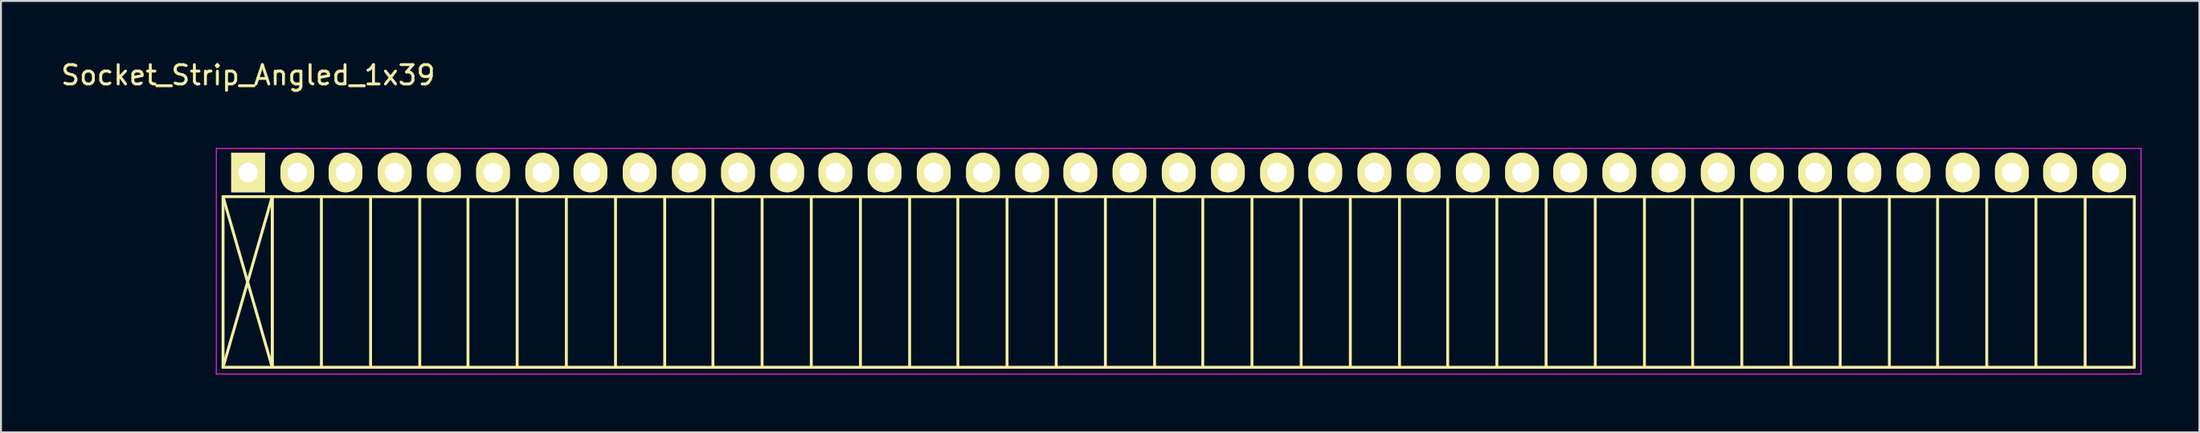
<source format=kicad_pcb>
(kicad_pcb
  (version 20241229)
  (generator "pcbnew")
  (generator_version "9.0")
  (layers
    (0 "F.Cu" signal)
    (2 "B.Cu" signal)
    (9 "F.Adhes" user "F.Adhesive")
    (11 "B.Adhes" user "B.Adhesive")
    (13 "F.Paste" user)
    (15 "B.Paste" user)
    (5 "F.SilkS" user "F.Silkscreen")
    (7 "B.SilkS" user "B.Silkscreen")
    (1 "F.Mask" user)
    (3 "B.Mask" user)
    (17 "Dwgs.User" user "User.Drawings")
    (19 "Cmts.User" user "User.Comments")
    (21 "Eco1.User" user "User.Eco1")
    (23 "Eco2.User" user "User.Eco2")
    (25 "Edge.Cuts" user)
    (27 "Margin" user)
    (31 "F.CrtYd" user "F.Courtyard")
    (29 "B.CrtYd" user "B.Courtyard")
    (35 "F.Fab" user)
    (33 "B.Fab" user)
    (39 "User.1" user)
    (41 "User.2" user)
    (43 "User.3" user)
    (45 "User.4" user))
  (footprint "Socket_Strip_Angled_1x39"
    (layer "F.Cu")
    (at 9.815 5.898)
    (property "Reference" "Socket_Strip_Angled_1x39" (at 0 -5.05 0) (layer "F.SilkS") (effects (font (size 1 1) (thickness 0.15))))
    (attr through_hole)
    (fp_line (start -1.3 1.25) (end -1.3 10.1) (stroke (width 0.15) (type solid)) (layer "F.SilkS"))
    (fp_line (start -1.3 1.25) (end 1.25 1.25) (stroke (width 0.15) (type solid)) (layer "F.SilkS"))
    (fp_line (start -1.3 1.25) (end 1.25 10.1) (stroke (width 0.15) (type solid)) (layer "F.SilkS"))
    (fp_line (start -1.3 10.1) (end 1.25 1.25) (stroke (width 0.15) (type solid)) (layer "F.SilkS"))
    (fp_line (start -1.3 10.1) (end 1.25 10.1) (stroke (width 0.15) (type solid)) (layer "F.SilkS"))
    (fp_line (start 1.25 1.25) (end 1.25 10.1) (stroke (width 0.15) (type solid)) (layer "F.SilkS"))
    (fp_line (start 1.25 1.25) (end 3.8 1.25) (stroke (width 0.15) (type solid)) (layer "F.SilkS"))
    (fp_line (start 1.25 10.1) (end 1.25 1.25) (stroke (width 0.15) (type solid)) (layer "F.SilkS"))
    (fp_line (start 1.25 10.1) (end 3.8 10.1) (stroke (width 0.15) (type solid)) (layer "F.SilkS"))
    (fp_line (start 3.8 1.25) (end 6.35 1.25) (stroke (width 0.15) (type solid)) (layer "F.SilkS"))
    (fp_line (start 3.8 10.1) (end 3.8 1.25) (stroke (width 0.15) (type solid)) (layer "F.SilkS"))
    (fp_line (start 3.8 10.1) (end 6.35 10.1) (stroke (width 0.15) (type solid)) (layer "F.SilkS"))
    (fp_line (start 6.35 1.25) (end 8.9 1.25) (stroke (width 0.15) (type solid)) (layer "F.SilkS"))
    (fp_line (start 6.35 10.1) (end 6.35 1.25) (stroke (width 0.15) (type solid)) (layer "F.SilkS"))
    (fp_line (start 6.35 10.1) (end 8.9 10.1) (stroke (width 0.15) (type solid)) (layer "F.SilkS"))
    (fp_line (start 8.9 1.25) (end 11.4 1.25) (stroke (width 0.15) (type solid)) (layer "F.SilkS"))
    (fp_line (start 8.9 10.1) (end 8.9 1.25) (stroke (width 0.15) (type solid)) (layer "F.SilkS"))
    (fp_line (start 8.9 10.1) (end 11.4 10.1) (stroke (width 0.15) (type solid)) (layer "F.SilkS"))
    (fp_line (start 11.4 1.25) (end 13.95 1.25) (stroke (width 0.15) (type solid)) (layer "F.SilkS"))
    (fp_line (start 11.4 10.1) (end 11.4 1.25) (stroke (width 0.15) (type solid)) (layer "F.SilkS"))
    (fp_line (start 11.4 10.1) (end 13.95 10.1) (stroke (width 0.15) (type solid)) (layer "F.SilkS"))
    (fp_line (start 13.95 1.25) (end 16.5 1.25) (stroke (width 0.15) (type solid)) (layer "F.SilkS"))
    (fp_line (start 13.95 10.1) (end 13.95 1.25) (stroke (width 0.15) (type solid)) (layer "F.SilkS"))
    (fp_line (start 13.95 10.1) (end 16.5 10.1) (stroke (width 0.15) (type solid)) (layer "F.SilkS"))
    (fp_line (start 16.5 1.25) (end 19.05 1.25) (stroke (width 0.15) (type solid)) (layer "F.SilkS"))
    (fp_line (start 16.5 10.1) (end 16.5 1.25) (stroke (width 0.15) (type solid)) (layer "F.SilkS"))
    (fp_line (start 16.5 10.1) (end 19.05 10.1) (stroke (width 0.15) (type solid)) (layer "F.SilkS"))
    (fp_line (start 19.05 1.25) (end 21.6 1.25) (stroke (width 0.15) (type solid)) (layer "F.SilkS"))
    (fp_line (start 19.05 10.1) (end 19.05 1.25) (stroke (width 0.15) (type solid)) (layer "F.SilkS"))
    (fp_line (start 19.05 10.1) (end 21.6 10.1) (stroke (width 0.15) (type solid)) (layer "F.SilkS"))
    (fp_line (start 21.6 1.25) (end 24.1 1.25) (stroke (width 0.15) (type solid)) (layer "F.SilkS"))
    (fp_line (start 21.6 10.1) (end 21.6 1.25) (stroke (width 0.15) (type solid)) (layer "F.SilkS"))
    (fp_line (start 21.6 10.1) (end 24.1 10.1) (stroke (width 0.15) (type solid)) (layer "F.SilkS"))
    (fp_line (start 24.1 1.25) (end 26.65 1.25) (stroke (width 0.15) (type solid)) (layer "F.SilkS"))
    (fp_line (start 24.1 10.1) (end 24.1 1.25) (stroke (width 0.15) (type solid)) (layer "F.SilkS"))
    (fp_line (start 24.1 10.1) (end 26.65 10.1) (stroke (width 0.15) (type solid)) (layer "F.SilkS"))
    (fp_line (start 26.65 1.25) (end 29.2 1.25) (stroke (width 0.15) (type solid)) (layer "F.SilkS"))
    (fp_line (start 26.65 10.1) (end 26.65 1.25) (stroke (width 0.15) (type solid)) (layer "F.SilkS"))
    (fp_line (start 26.65 10.1) (end 29.2 10.1) (stroke (width 0.15) (type solid)) (layer "F.SilkS"))
    (fp_line (start 29.2 1.25) (end 31.75 1.25) (stroke (width 0.15) (type solid)) (layer "F.SilkS"))
    (fp_line (start 29.2 10.1) (end 29.2 1.25) (stroke (width 0.15) (type solid)) (layer "F.SilkS"))
    (fp_line (start 29.2 10.1) (end 31.75 10.1) (stroke (width 0.15) (type solid)) (layer "F.SilkS"))
    (fp_line (start 31.75 1.25) (end 34.3 1.25) (stroke (width 0.15) (type solid)) (layer "F.SilkS"))
    (fp_line (start 31.75 10.1) (end 31.75 1.25) (stroke (width 0.15) (type solid)) (layer "F.SilkS"))
    (fp_line (start 31.75 10.1) (end 34.3 10.1) (stroke (width 0.15) (type solid)) (layer "F.SilkS"))
    (fp_line (start 34.3 1.25) (end 36.8 1.25) (stroke (width 0.15) (type solid)) (layer "F.SilkS"))
    (fp_line (start 34.3 10.1) (end 34.3 1.25) (stroke (width 0.15) (type solid)) (layer "F.SilkS"))
    (fp_line (start 34.3 10.1) (end 36.8 10.1) (stroke (width 0.15) (type solid)) (layer "F.SilkS"))
    (fp_line (start 36.8 1.25) (end 39.35 1.25) (stroke (width 0.15) (type solid)) (layer "F.SilkS"))
    (fp_line (start 36.8 10.1) (end 36.8 1.25) (stroke (width 0.15) (type solid)) (layer "F.SilkS"))
    (fp_line (start 36.8 10.1) (end 39.35 10.1) (stroke (width 0.15) (type solid)) (layer "F.SilkS"))
    (fp_line (start 39.35 1.25) (end 41.9 1.25) (stroke (width 0.15) (type solid)) (layer "F.SilkS"))
    (fp_line (start 39.35 10.1) (end 39.35 1.25) (stroke (width 0.15) (type solid)) (layer "F.SilkS"))
    (fp_line (start 39.35 10.1) (end 41.9 10.1) (stroke (width 0.15) (type solid)) (layer "F.SilkS"))
    (fp_line (start 41.9 1.25) (end 44.45 1.25) (stroke (width 0.15) (type solid)) (layer "F.SilkS"))
    (fp_line (start 41.9 10.1) (end 41.9 1.25) (stroke (width 0.15) (type solid)) (layer "F.SilkS"))
    (fp_line (start 41.9 10.1) (end 44.45 10.1) (stroke (width 0.15) (type solid)) (layer "F.SilkS"))
    (fp_line (start 44.45 1.25) (end 47 1.25) (stroke (width 0.15) (type solid)) (layer "F.SilkS"))
    (fp_line (start 44.45 10.1) (end 44.45 1.25) (stroke (width 0.15) (type solid)) (layer "F.SilkS"))
    (fp_line (start 44.45 10.1) (end 47 10.1) (stroke (width 0.15) (type solid)) (layer "F.SilkS"))
    (fp_line (start 47 1.25) (end 49.5 1.25) (stroke (width 0.15) (type solid)) (layer "F.SilkS"))
    (fp_line (start 47 10.1) (end 47 1.25) (stroke (width 0.15) (type solid)) (layer "F.SilkS"))
    (fp_line (start 47 10.1) (end 49.5 10.1) (stroke (width 0.15) (type solid)) (layer "F.SilkS"))
    (fp_line (start 49.5 1.25) (end 52.05 1.25) (stroke (width 0.15) (type solid)) (layer "F.SilkS"))
    (fp_line (start 49.5 10.1) (end 49.5 1.25) (stroke (width 0.15) (type solid)) (layer "F.SilkS"))
    (fp_line (start 49.5 10.1) (end 52.05 10.1) (stroke (width 0.15) (type solid)) (layer "F.SilkS"))
    (fp_line (start 52.05 1.25) (end 54.6 1.25) (stroke (width 0.15) (type solid)) (layer "F.SilkS"))
    (fp_line (start 52.05 10.1) (end 52.05 1.25) (stroke (width 0.15) (type solid)) (layer "F.SilkS"))
    (fp_line (start 52.05 10.1) (end 54.6 10.1) (stroke (width 0.15) (type solid)) (layer "F.SilkS"))
    (fp_line (start 54.6 1.25) (end 57.15 1.25) (stroke (width 0.15) (type solid)) (layer "F.SilkS"))
    (fp_line (start 54.6 10.1) (end 54.6 1.25) (stroke (width 0.15) (type solid)) (layer "F.SilkS"))
    (fp_line (start 54.6 10.1) (end 57.15 10.1) (stroke (width 0.15) (type solid)) (layer "F.SilkS"))
    (fp_line (start 57.15 1.25) (end 59.7 1.25) (stroke (width 0.15) (type solid)) (layer "F.SilkS"))
    (fp_line (start 57.15 10.1) (end 57.15 1.25) (stroke (width 0.15) (type solid)) (layer "F.SilkS"))
    (fp_line (start 57.15 10.1) (end 59.7 10.1) (stroke (width 0.15) (type solid)) (layer "F.SilkS"))
    (fp_line (start 59.7 1.25) (end 62.2 1.25) (stroke (width 0.15) (type solid)) (layer "F.SilkS"))
    (fp_line (start 59.7 10.1) (end 59.7 1.25) (stroke (width 0.15) (type solid)) (layer "F.SilkS"))
    (fp_line (start 59.7 10.1) (end 62.2 10.1) (stroke (width 0.15) (type solid)) (layer "F.SilkS"))
    (fp_line (start 62.2 1.25) (end 64.75 1.25) (stroke (width 0.15) (type solid)) (layer "F.SilkS"))
    (fp_line (start 62.2 10.1) (end 62.2 1.25) (stroke (width 0.15) (type solid)) (layer "F.SilkS"))
    (fp_line (start 62.2 10.1) (end 64.75 10.1) (stroke (width 0.15) (type solid)) (layer "F.SilkS"))
    (fp_line (start 64.75 1.25) (end 67.3 1.25) (stroke (width 0.15) (type solid)) (layer "F.SilkS"))
    (fp_line (start 64.75 10.1) (end 64.75 1.25) (stroke (width 0.15) (type solid)) (layer "F.SilkS"))
    (fp_line (start 64.75 10.1) (end 67.3 10.1) (stroke (width 0.15) (type solid)) (layer "F.SilkS"))
    (fp_line (start 67.3 1.25) (end 69.85 1.25) (stroke (width 0.15) (type solid)) (layer "F.SilkS"))
    (fp_line (start 67.3 10.1) (end 67.3 1.25) (stroke (width 0.15) (type solid)) (layer "F.SilkS"))
    (fp_line (start 67.3 10.1) (end 69.85 10.1) (stroke (width 0.15) (type solid)) (layer "F.SilkS"))
    (fp_line (start 69.85 1.25) (end 72.4 1.25) (stroke (width 0.15) (type solid)) (layer "F.SilkS"))
    (fp_line (start 69.85 10.1) (end 69.85 1.25) (stroke (width 0.15) (type solid)) (layer "F.SilkS"))
    (fp_line (start 69.85 10.1) (end 72.4 10.1) (stroke (width 0.15) (type solid)) (layer "F.SilkS"))
    (fp_line (start 72.4 1.25) (end 74.9 1.25) (stroke (width 0.15) (type solid)) (layer "F.SilkS"))
    (fp_line (start 72.4 10.1) (end 72.4 1.25) (stroke (width 0.15) (type solid)) (layer "F.SilkS"))
    (fp_line (start 72.4 10.1) (end 74.9 10.1) (stroke (width 0.15) (type solid)) (layer "F.SilkS"))
    (fp_line (start 74.9 1.25) (end 77.45 1.25) (stroke (width 0.15) (type solid)) (layer "F.SilkS"))
    (fp_line (start 74.9 10.1) (end 74.9 1.25) (stroke (width 0.15) (type solid)) (layer "F.SilkS"))
    (fp_line (start 74.9 10.1) (end 77.45 10.1) (stroke (width 0.15) (type solid)) (layer "F.SilkS"))
    (fp_line (start 77.45 1.25) (end 80 1.25) (stroke (width 0.15) (type solid)) (layer "F.SilkS"))
    (fp_line (start 77.45 10.1) (end 77.45 1.25) (stroke (width 0.15) (type solid)) (layer "F.SilkS"))
    (fp_line (start 77.45 10.1) (end 80 10.1) (stroke (width 0.15) (type solid)) (layer "F.SilkS"))
    (fp_line (start 80 1.25) (end 82.55 1.25) (stroke (width 0.15) (type solid)) (layer "F.SilkS"))
    (fp_line (start 80 10.1) (end 80 1.25) (stroke (width 0.15) (type solid)) (layer "F.SilkS"))
    (fp_line (start 80 10.1) (end 82.55 10.1) (stroke (width 0.15) (type solid)) (layer "F.SilkS"))
    (fp_line (start 82.55 1.25) (end 85.1 1.25) (stroke (width 0.15) (type solid)) (layer "F.SilkS"))
    (fp_line (start 82.55 10.1) (end 82.55 1.25) (stroke (width 0.15) (type solid)) (layer "F.SilkS"))
    (fp_line (start 82.55 10.1) (end 85.1 10.1) (stroke (width 0.15) (type solid)) (layer "F.SilkS"))
    (fp_line (start 85.1 1.25) (end 87.6 1.25) (stroke (width 0.15) (type solid)) (layer "F.SilkS"))
    (fp_line (start 85.1 10.1) (end 85.1 1.25) (stroke (width 0.15) (type solid)) (layer "F.SilkS"))
    (fp_line (start 85.1 10.1) (end 87.6 10.1) (stroke (width 0.15) (type solid)) (layer "F.SilkS"))
    (fp_line (start 87.6 1.25) (end 90.15 1.25) (stroke (width 0.15) (type solid)) (layer "F.SilkS"))
    (fp_line (start 87.6 10.1) (end 87.6 1.25) (stroke (width 0.15) (type solid)) (layer "F.SilkS"))
    (fp_line (start 87.6 10.1) (end 90.15 10.1) (stroke (width 0.15) (type solid)) (layer "F.SilkS"))
    (fp_line (start 90.15 1.25) (end 92.7 1.25) (stroke (width 0.15) (type solid)) (layer "F.SilkS"))
    (fp_line (start 90.15 10.1) (end 90.15 1.25) (stroke (width 0.15) (type solid)) (layer "F.SilkS"))
    (fp_line (start 90.15 10.1) (end 92.7 10.1) (stroke (width 0.15) (type solid)) (layer "F.SilkS"))
    (fp_line (start 92.7 1.25) (end 95.25 1.25) (stroke (width 0.15) (type solid)) (layer "F.SilkS"))
    (fp_line (start 92.7 10.1) (end 92.7 1.25) (stroke (width 0.15) (type solid)) (layer "F.SilkS"))
    (fp_line (start 92.7 10.1) (end 95.25 10.1) (stroke (width 0.15) (type solid)) (layer "F.SilkS"))
    (fp_line (start 95.25 1.25) (end 97.8 1.25) (stroke (width 0.15) (type solid)) (layer "F.SilkS"))
    (fp_line (start 95.25 10.1) (end 95.25 1.25) (stroke (width 0.15) (type solid)) (layer "F.SilkS"))
    (fp_line (start 95.25 10.1) (end 97.8 10.1) (stroke (width 0.15) (type solid)) (layer "F.SilkS"))
    (fp_line (start 97.8 10.1) (end 97.8 1.25) (stroke (width 0.15) (type solid)) (layer "F.SilkS"))
    (fp_line (start -1.65 -1.25) (end -1.65 10.45) (stroke (width 0.05) (type solid)) (layer "F.CrtYd"))
    (fp_line (start -1.65 -1.25) (end 98.15 -1.25) (stroke (width 0.05) (type solid)) (layer "F.CrtYd"))
    (fp_line (start -1.65 10.45) (end 98.15 10.45) (stroke (width 0.05) (type solid)) (layer "F.CrtYd"))
    (fp_line (start 98.15 -1.25) (end 98.15 10.45) (stroke (width 0.05) (type solid)) (layer "F.CrtYd"))
    (pad "1" thru_hole rect (at 0 0) (size 1.75 2.05) (drill 1.016) (layers "*.Cu" "*.Mask" "F.SilkS"))
    (pad "2" thru_hole oval (at 2.55 0) (size 1.75 2.05) (drill 1.016) (layers "*.Cu" "*.Mask" "F.SilkS"))
    (pad "3" thru_hole oval (at 5.05 0) (size 1.75 2.05) (drill 1.016) (layers "*.Cu" "*.Mask" "F.SilkS"))
    (pad "4" thru_hole oval (at 7.6 0) (size 1.75 2.05) (drill 1.016) (layers "*.Cu" "*.Mask" "F.SilkS"))
    (pad "5" thru_hole oval (at 10.15 0) (size 1.75 2.05) (drill 1.016) (layers "*.Cu" "*.Mask" "F.SilkS"))
    (pad "6" thru_hole oval (at 12.7 0) (size 1.75 2.05) (drill 1.016) (layers "*.Cu" "*.Mask" "F.SilkS"))
    (pad "7" thru_hole oval (at 15.25 0) (size 1.75 2.05) (drill 1.016) (layers "*.Cu" "*.Mask" "F.SilkS"))
    (pad "8" thru_hole oval (at 17.75 0) (size 1.75 2.05) (drill 1.016) (layers "*.Cu" "*.Mask" "F.SilkS"))
    (pad "9" thru_hole oval (at 20.3 0) (size 1.75 2.05) (drill 1.016) (layers "*.Cu" "*.Mask" "F.SilkS"))
    (pad "10" thru_hole oval (at 22.85 0) (size 1.75 2.05) (drill 1.016) (layers "*.Cu" "*.Mask" "F.SilkS"))
    (pad "11" thru_hole oval (at 25.4 0) (size 1.75 2.05) (drill 1.016) (layers "*.Cu" "*.Mask" "F.SilkS"))
    (pad "12" thru_hole oval (at 27.95 0) (size 1.75 2.05) (drill 1.016) (layers "*.Cu" "*.Mask" "F.SilkS"))
    (pad "13" thru_hole oval (at 30.45 0) (size 1.75 2.05) (drill 1.016) (layers "*.Cu" "*.Mask" "F.SilkS"))
    (pad "14" thru_hole oval (at 33 0) (size 1.75 2.05) (drill 1.016) (layers "*.Cu" "*.Mask" "F.SilkS"))
    (pad "15" thru_hole oval (at 35.55 0) (size 1.75 2.05) (drill 1.016) (layers "*.Cu" "*.Mask" "F.SilkS"))
    (pad "16" thru_hole oval (at 38.1 0) (size 1.75 2.05) (drill 1.016) (layers "*.Cu" "*.Mask" "F.SilkS"))
    (pad "17" thru_hole oval (at 40.65 0) (size 1.75 2.05) (drill 1.016) (layers "*.Cu" "*.Mask" "F.SilkS"))
    (pad "18" thru_hole oval (at 43.15 0) (size 1.75 2.05) (drill 1.016) (layers "*.Cu" "*.Mask" "F.SilkS"))
    (pad "19" thru_hole oval (at 45.7 0) (size 1.75 2.05) (drill 1.016) (layers "*.Cu" "*.Mask" "F.SilkS"))
    (pad "20" thru_hole oval (at 48.25 0) (size 1.75 2.05) (drill 1.016) (layers "*.Cu" "*.Mask" "F.SilkS"))
    (pad "21" thru_hole oval (at 50.8 0) (size 1.75 2.05) (drill 1.016) (layers "*.Cu" "*.Mask" "F.SilkS"))
    (pad "22" thru_hole oval (at 53.35 0) (size 1.75 2.05) (drill 1.016) (layers "*.Cu" "*.Mask" "F.SilkS"))
    (pad "23" thru_hole oval (at 55.85 0) (size 1.75 2.05) (drill 1.016) (layers "*.Cu" "*.Mask" "F.SilkS"))
    (pad "24" thru_hole oval (at 58.4 0) (size 1.75 2.05) (drill 1.016) (layers "*.Cu" "*.Mask" "F.SilkS"))
    (pad "25" thru_hole oval (at 60.95 0) (size 1.75 2.05) (drill 1.016) (layers "*.Cu" "*.Mask" "F.SilkS"))
    (pad "26" thru_hole oval (at 63.5 0) (size 1.75 2.05) (drill 1.016) (layers "*.Cu" "*.Mask" "F.SilkS"))
    (pad "27" thru_hole oval (at 66.05 0) (size 1.75 2.05) (drill 1.016) (layers "*.Cu" "*.Mask" "F.SilkS"))
    (pad "28" thru_hole oval (at 68.55 0) (size 1.75 2.05) (drill 1.016) (layers "*.Cu" "*.Mask" "F.SilkS"))
    (pad "29" thru_hole oval (at 71.1 0) (size 1.75 2.05) (drill 1.016) (layers "*.Cu" "*.Mask" "F.SilkS"))
    (pad "30" thru_hole oval (at 73.65 0) (size 1.75 2.05) (drill 1.016) (layers "*.Cu" "*.Mask" "F.SilkS"))
    (pad "31" thru_hole oval (at 76.2 0) (size 1.75 2.05) (drill 1.016) (layers "*.Cu" "*.Mask" "F.SilkS"))
    (pad "32" thru_hole oval (at 78.75 0) (size 1.75 2.05) (drill 1.016) (layers "*.Cu" "*.Mask" "F.SilkS"))
    (pad "33" thru_hole oval (at 81.25 0) (size 1.75 2.05) (drill 1.016) (layers "*.Cu" "*.Mask" "F.SilkS"))
    (pad "34" thru_hole oval (at 83.8 0) (size 1.75 2.05) (drill 1.016) (layers "*.Cu" "*.Mask" "F.SilkS"))
    (pad "35" thru_hole oval (at 86.35 0) (size 1.75 2.05) (drill 1.016) (layers "*.Cu" "*.Mask" "F.SilkS"))
    (pad "36" thru_hole oval (at 88.9 0) (size 1.75 2.05) (drill 1.016) (layers "*.Cu" "*.Mask" "F.SilkS"))
    (pad "37" thru_hole oval (at 91.45 0) (size 1.75 2.05) (drill 1.016) (layers "*.Cu" "*.Mask" "F.SilkS"))
    (pad "38" thru_hole oval (at 93.95 0) (size 1.75 2.05) (drill 1.016) (layers "*.Cu" "*.Mask" "F.SilkS"))
    (pad "39" thru_hole oval (at 96.5 0) (size 1.75 2.05) (drill 1.016) (layers "*.Cu" "*.Mask" "F.SilkS")))
  (gr_rect
    (start -3 -3)
    (end 110.99 19.373)
    (stroke (width 0.1) (type default))
    (fill no)
    (layer "Edge.Cuts")))
</source>
